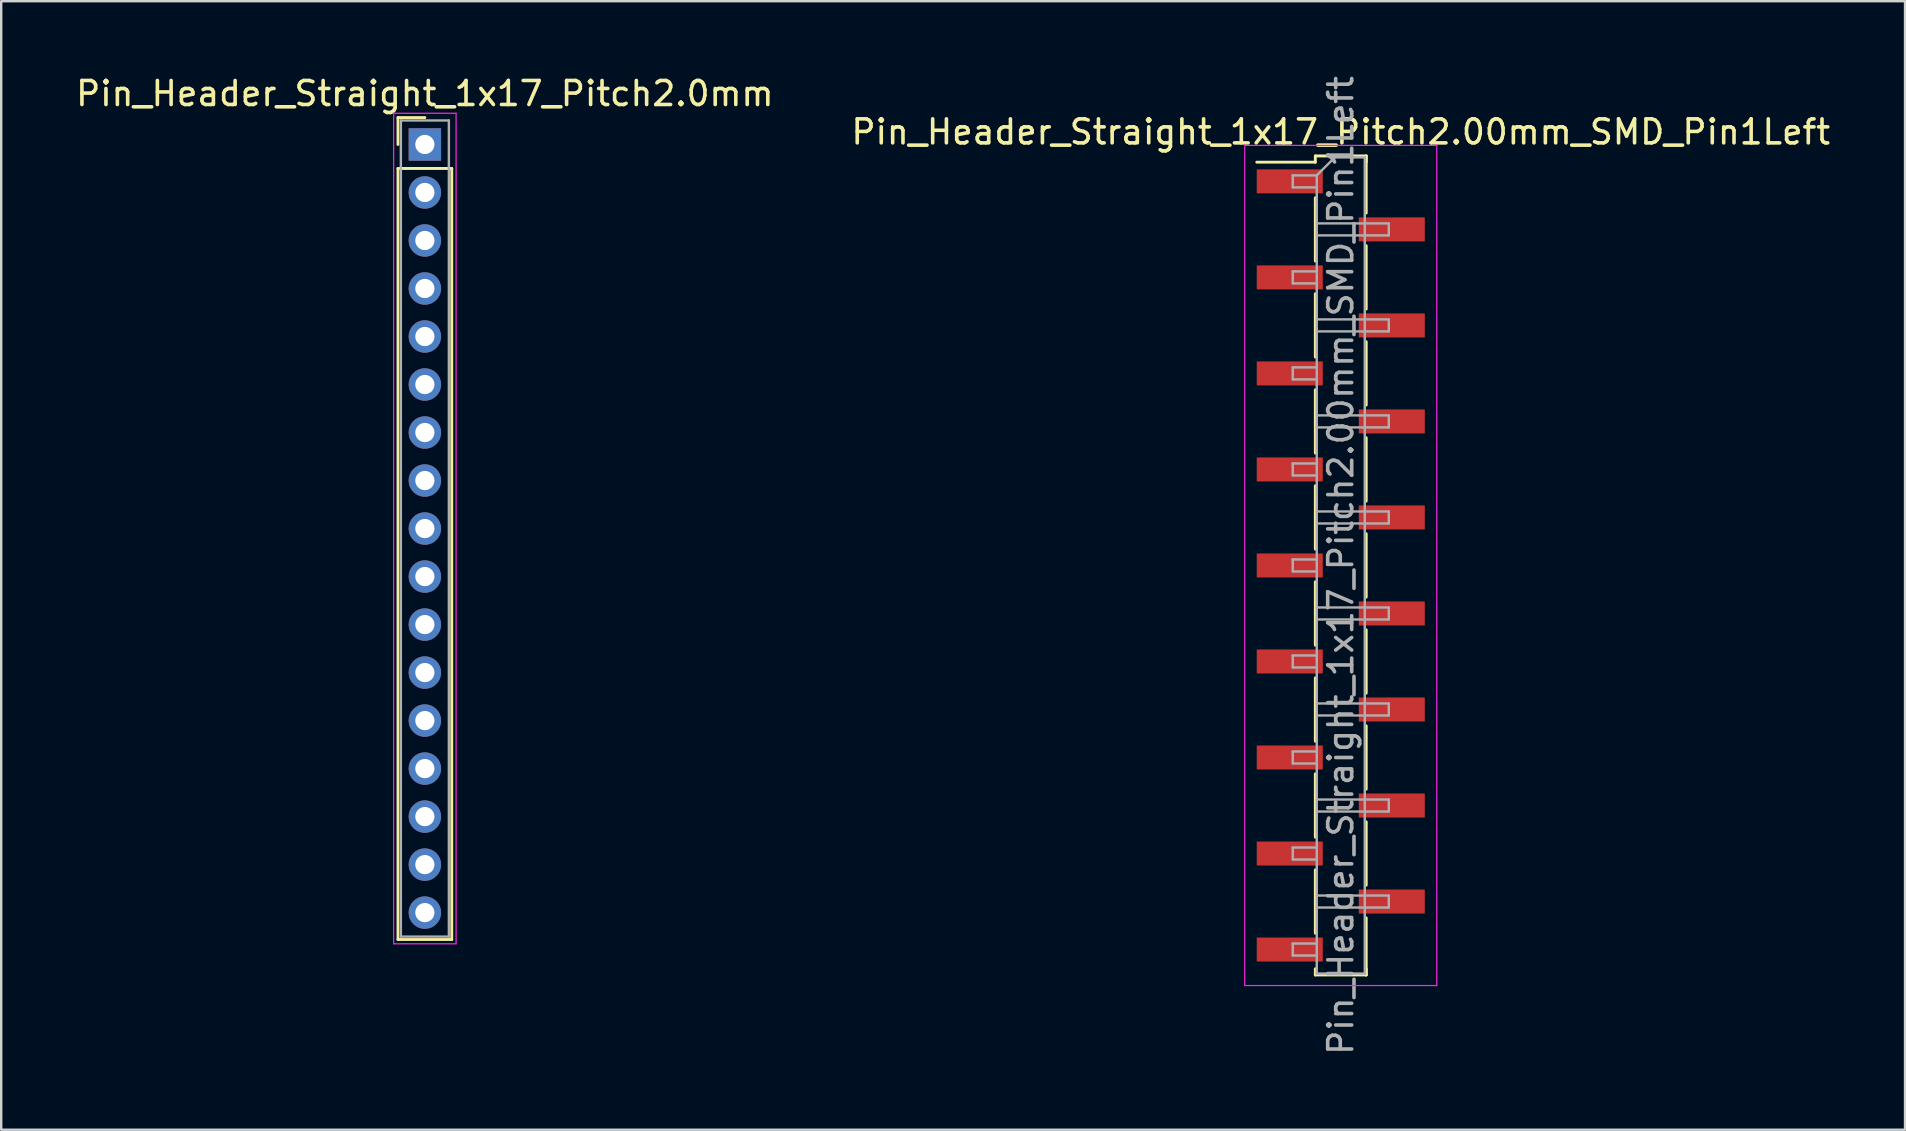
<source format=kicad_pcb>
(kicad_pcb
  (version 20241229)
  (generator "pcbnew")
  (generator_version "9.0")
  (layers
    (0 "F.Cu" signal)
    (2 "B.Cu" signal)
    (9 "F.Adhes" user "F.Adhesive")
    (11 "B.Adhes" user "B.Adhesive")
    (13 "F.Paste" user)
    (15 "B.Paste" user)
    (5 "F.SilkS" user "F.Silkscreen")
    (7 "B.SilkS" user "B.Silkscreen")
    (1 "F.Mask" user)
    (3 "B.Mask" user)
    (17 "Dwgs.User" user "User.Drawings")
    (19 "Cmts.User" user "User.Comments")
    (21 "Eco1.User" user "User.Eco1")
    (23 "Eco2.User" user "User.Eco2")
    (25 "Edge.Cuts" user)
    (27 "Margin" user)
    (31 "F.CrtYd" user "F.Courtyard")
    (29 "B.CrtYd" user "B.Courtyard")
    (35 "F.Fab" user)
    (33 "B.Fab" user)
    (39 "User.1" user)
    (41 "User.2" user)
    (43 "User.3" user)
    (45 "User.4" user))
  (footprint "Pin_Header_Straight_1x17_Pitch2.00mm_SMD_Pin1Left"
    (layer "F.Cu")
    (at 52.804 20.506)
    (property "Reference" "Pin_Header_Straight_1x17_Pitch2.00mm_SMD_Pin1Left" (at 0 -18.06 0) (layer "F.SilkS") (effects (font (size 1 1) (thickness 0.15))))
    (attr smd)
    (fp_line (start -1.06 -17.06) (end 1.06 -17.06) (stroke (width 0.12) (type solid)) (layer "F.SilkS"))
    (fp_line (start -1.06 -16.8) (end -3.5 -16.8) (stroke (width 0.12) (type solid)) (layer "F.SilkS"))
    (fp_line (start -1.06 -16.8) (end -1.06 -17.06) (stroke (width 0.12) (type solid)) (layer "F.SilkS"))
    (fp_line (start -1.06 -15.32) (end -1.06 -12.68) (stroke (width 0.12) (type solid)) (layer "F.SilkS"))
    (fp_line (start -1.06 -11.32) (end -1.06 -8.68) (stroke (width 0.12) (type solid)) (layer "F.SilkS"))
    (fp_line (start -1.06 -7.32) (end -1.06 -4.68) (stroke (width 0.12) (type solid)) (layer "F.SilkS"))
    (fp_line (start -1.06 -3.32) (end -1.06 -0.68) (stroke (width 0.12) (type solid)) (layer "F.SilkS"))
    (fp_line (start -1.06 0.68) (end -1.06 3.32) (stroke (width 0.12) (type solid)) (layer "F.SilkS"))
    (fp_line (start -1.06 4.68) (end -1.06 7.32) (stroke (width 0.12) (type solid)) (layer "F.SilkS"))
    (fp_line (start -1.06 8.68) (end -1.06 11.32) (stroke (width 0.12) (type solid)) (layer "F.SilkS"))
    (fp_line (start -1.06 12.68) (end -1.06 15.32) (stroke (width 0.12) (type solid)) (layer "F.SilkS"))
    (fp_line (start -1.06 16.8) (end -1.06 17.06) (stroke (width 0.12) (type solid)) (layer "F.SilkS"))
    (fp_line (start -1.06 17.06) (end 1.06 17.06) (stroke (width 0.12) (type solid)) (layer "F.SilkS"))
    (fp_line (start 1.06 -17.06) (end 1.06 -16.8) (stroke (width 0.12) (type solid)) (layer "F.SilkS"))
    (fp_line (start 1.06 -17.06) (end 1.06 -14.68) (stroke (width 0.12) (type solid)) (layer "F.SilkS"))
    (fp_line (start 1.06 -13.32) (end 1.06 -10.68) (stroke (width 0.12) (type solid)) (layer "F.SilkS"))
    (fp_line (start 1.06 -9.32) (end 1.06 -6.68) (stroke (width 0.12) (type solid)) (layer "F.SilkS"))
    (fp_line (start 1.06 -5.32) (end 1.06 -2.68) (stroke (width 0.12) (type solid)) (layer "F.SilkS"))
    (fp_line (start 1.06 -1.32) (end 1.06 1.32) (stroke (width 0.12) (type solid)) (layer "F.SilkS"))
    (fp_line (start 1.06 2.68) (end 1.06 5.32) (stroke (width 0.12) (type solid)) (layer "F.SilkS"))
    (fp_line (start 1.06 6.68) (end 1.06 9.32) (stroke (width 0.12) (type solid)) (layer "F.SilkS"))
    (fp_line (start 1.06 10.68) (end 1.06 13.32) (stroke (width 0.12) (type solid)) (layer "F.SilkS"))
    (fp_line (start 1.06 14.68) (end 1.06 17.06) (stroke (width 0.12) (type solid)) (layer "F.SilkS"))
    (fp_line (start 1.06 17.06) (end 1.06 16.8) (stroke (width 0.12) (type solid)) (layer "F.SilkS"))
    (fp_line (start -4 -17.5) (end -4 17.5) (stroke (width 0.05) (type solid)) (layer "F.CrtYd"))
    (fp_line (start -4 17.5) (end 4 17.5) (stroke (width 0.05) (type solid)) (layer "F.CrtYd"))
    (fp_line (start 4 -17.5) (end -4 -17.5) (stroke (width 0.05) (type solid)) (layer "F.CrtYd"))
    (fp_line (start 4 17.5) (end 4 -17.5) (stroke (width 0.05) (type solid)) (layer "F.CrtYd"))
    (fp_line (start -2 -16.25) (end -2 -15.75) (stroke (width 0.1) (type solid)) (layer "F.Fab"))
    (fp_line (start -2 -15.75) (end -1 -15.75) (stroke (width 0.1) (type solid)) (layer "F.Fab"))
    (fp_line (start -2 -12.25) (end -2 -11.75) (stroke (width 0.1) (type solid)) (layer "F.Fab"))
    (fp_line (start -2 -11.75) (end -1 -11.75) (stroke (width 0.1) (type solid)) (layer "F.Fab"))
    (fp_line (start -2 -8.25) (end -2 -7.75) (stroke (width 0.1) (type solid)) (layer "F.Fab"))
    (fp_line (start -2 -7.75) (end -1 -7.75) (stroke (width 0.1) (type solid)) (layer "F.Fab"))
    (fp_line (start -2 -4.25) (end -2 -3.75) (stroke (width 0.1) (type solid)) (layer "F.Fab"))
    (fp_line (start -2 -3.75) (end -1 -3.75) (stroke (width 0.1) (type solid)) (layer "F.Fab"))
    (fp_line (start -2 -0.25) (end -2 0.25) (stroke (width 0.1) (type solid)) (layer "F.Fab"))
    (fp_line (start -2 0.25) (end -1 0.25) (stroke (width 0.1) (type solid)) (layer "F.Fab"))
    (fp_line (start -2 3.75) (end -2 4.25) (stroke (width 0.1) (type solid)) (layer "F.Fab"))
    (fp_line (start -2 4.25) (end -1 4.25) (stroke (width 0.1) (type solid)) (layer "F.Fab"))
    (fp_line (start -2 7.75) (end -2 8.25) (stroke (width 0.1) (type solid)) (layer "F.Fab"))
    (fp_line (start -2 8.25) (end -1 8.25) (stroke (width 0.1) (type solid)) (layer "F.Fab"))
    (fp_line (start -2 11.75) (end -2 12.25) (stroke (width 0.1) (type solid)) (layer "F.Fab"))
    (fp_line (start -2 12.25) (end -1 12.25) (stroke (width 0.1) (type solid)) (layer "F.Fab"))
    (fp_line (start -2 15.75) (end -2 16.25) (stroke (width 0.1) (type solid)) (layer "F.Fab"))
    (fp_line (start -2 16.25) (end -1 16.25) (stroke (width 0.1) (type solid)) (layer "F.Fab"))
    (fp_line (start -1 -16.25) (end -2 -16.25) (stroke (width 0.1) (type solid)) (layer "F.Fab"))
    (fp_line (start -1 -16.25) (end -0.25 -17) (stroke (width 0.1) (type solid)) (layer "F.Fab"))
    (fp_line (start -1 -14.25) (end 2 -14.25) (stroke (width 0.1) (type solid)) (layer "F.Fab"))
    (fp_line (start -1 -12.25) (end -2 -12.25) (stroke (width 0.1) (type solid)) (layer "F.Fab"))
    (fp_line (start -1 -10.25) (end 2 -10.25) (stroke (width 0.1) (type solid)) (layer "F.Fab"))
    (fp_line (start -1 -8.25) (end -2 -8.25) (stroke (width 0.1) (type solid)) (layer "F.Fab"))
    (fp_line (start -1 -6.25) (end 2 -6.25) (stroke (width 0.1) (type solid)) (layer "F.Fab"))
    (fp_line (start -1 -4.25) (end -2 -4.25) (stroke (width 0.1) (type solid)) (layer "F.Fab"))
    (fp_line (start -1 -2.25) (end 2 -2.25) (stroke (width 0.1) (type solid)) (layer "F.Fab"))
    (fp_line (start -1 -0.25) (end -2 -0.25) (stroke (width 0.1) (type solid)) (layer "F.Fab"))
    (fp_line (start -1 1.75) (end 2 1.75) (stroke (width 0.1) (type solid)) (layer "F.Fab"))
    (fp_line (start -1 3.75) (end -2 3.75) (stroke (width 0.1) (type solid)) (layer "F.Fab"))
    (fp_line (start -1 5.75) (end 2 5.75) (stroke (width 0.1) (type solid)) (layer "F.Fab"))
    (fp_line (start -1 7.75) (end -2 7.75) (stroke (width 0.1) (type solid)) (layer "F.Fab"))
    (fp_line (start -1 9.75) (end 2 9.75) (stroke (width 0.1) (type solid)) (layer "F.Fab"))
    (fp_line (start -1 11.75) (end -2 11.75) (stroke (width 0.1) (type solid)) (layer "F.Fab"))
    (fp_line (start -1 13.75) (end 2 13.75) (stroke (width 0.1) (type solid)) (layer "F.Fab"))
    (fp_line (start -1 15.75) (end -2 15.75) (stroke (width 0.1) (type solid)) (layer "F.Fab"))
    (fp_line (start -1 17) (end -1 -16.25) (stroke (width 0.1) (type solid)) (layer "F.Fab"))
    (fp_line (start -0.25 -17) (end 1 -17) (stroke (width 0.1) (type solid)) (layer "F.Fab"))
    (fp_line (start 1 -17) (end 1 17) (stroke (width 0.1) (type solid)) (layer "F.Fab"))
    (fp_line (start 1 17) (end -1 17) (stroke (width 0.1) (type solid)) (layer "F.Fab"))
    (fp_line (start 2 -14.25) (end 2 -13.75) (stroke (width 0.1) (type solid)) (layer "F.Fab"))
    (fp_line (start 2 -13.75) (end -1 -13.75) (stroke (width 0.1) (type solid)) (layer "F.Fab"))
    (fp_line (start 2 -10.25) (end 2 -9.75) (stroke (width 0.1) (type solid)) (layer "F.Fab"))
    (fp_line (start 2 -9.75) (end -1 -9.75) (stroke (width 0.1) (type solid)) (layer "F.Fab"))
    (fp_line (start 2 -6.25) (end 2 -5.75) (stroke (width 0.1) (type solid)) (layer "F.Fab"))
    (fp_line (start 2 -5.75) (end -1 -5.75) (stroke (width 0.1) (type solid)) (layer "F.Fab"))
    (fp_line (start 2 -2.25) (end 2 -1.75) (stroke (width 0.1) (type solid)) (layer "F.Fab"))
    (fp_line (start 2 -1.75) (end -1 -1.75) (stroke (width 0.1) (type solid)) (layer "F.Fab"))
    (fp_line (start 2 1.75) (end 2 2.25) (stroke (width 0.1) (type solid)) (layer "F.Fab"))
    (fp_line (start 2 2.25) (end -1 2.25) (stroke (width 0.1) (type solid)) (layer "F.Fab"))
    (fp_line (start 2 5.75) (end 2 6.25) (stroke (width 0.1) (type solid)) (layer "F.Fab"))
    (fp_line (start 2 6.25) (end -1 6.25) (stroke (width 0.1) (type solid)) (layer "F.Fab"))
    (fp_line (start 2 9.75) (end 2 10.25) (stroke (width 0.1) (type solid)) (layer "F.Fab"))
    (fp_line (start 2 10.25) (end -1 10.25) (stroke (width 0.1) (type solid)) (layer "F.Fab"))
    (fp_line (start 2 13.75) (end 2 14.25) (stroke (width 0.1) (type solid)) (layer "F.Fab"))
    (fp_line (start 2 14.25) (end -1 14.25) (stroke (width 0.1) (type solid)) (layer "F.Fab"))
    (fp_text user "${REFERENCE}" (at 0 0 90) (layer "F.Fab") (effects (font (size 1 1) (thickness 0.15))))
    (pad "1" smd rect (at -2.125 -16) (size 2.75 1) (layers "F.Cu" "F.Mask" "F.Paste"))
    (pad "2" smd rect (at 2.125 -14) (size 2.75 1) (layers "F.Cu" "F.Mask" "F.Paste"))
    (pad "3" smd rect (at -2.125 -12) (size 2.75 1) (layers "F.Cu" "F.Mask" "F.Paste"))
    (pad "4" smd rect (at 2.125 -10) (size 2.75 1) (layers "F.Cu" "F.Mask" "F.Paste"))
    (pad "5" smd rect (at -2.125 -8) (size 2.75 1) (layers "F.Cu" "F.Mask" "F.Paste"))
    (pad "6" smd rect (at 2.125 -6) (size 2.75 1) (layers "F.Cu" "F.Mask" "F.Paste"))
    (pad "7" smd rect (at -2.125 -4) (size 2.75 1) (layers "F.Cu" "F.Mask" "F.Paste"))
    (pad "8" smd rect (at 2.125 -2) (size 2.75 1) (layers "F.Cu" "F.Mask" "F.Paste"))
    (pad "9" smd rect (at -2.125 0) (size 2.75 1) (layers "F.Cu" "F.Mask" "F.Paste"))
    (pad "10" smd rect (at 2.125 2) (size 2.75 1) (layers "F.Cu" "F.Mask" "F.Paste"))
    (pad "11" smd rect (at -2.125 4) (size 2.75 1) (layers "F.Cu" "F.Mask" "F.Paste"))
    (pad "12" smd rect (at 2.125 6) (size 2.75 1) (layers "F.Cu" "F.Mask" "F.Paste"))
    (pad "13" smd rect (at -2.125 8) (size 2.75 1) (layers "F.Cu" "F.Mask" "F.Paste"))
    (pad "14" smd rect (at 2.125 10) (size 2.75 1) (layers "F.Cu" "F.Mask" "F.Paste"))
    (pad "15" smd rect (at -2.125 12) (size 2.75 1) (layers "F.Cu" "F.Mask" "F.Paste"))
    (pad "16" smd rect (at 2.125 14) (size 2.75 1) (layers "F.Cu" "F.Mask" "F.Paste"))
    (pad "17" smd rect (at -2.125 16) (size 2.75 1) (layers "F.Cu" "F.Mask" "F.Paste")))
  (footprint "Pin_Header_Straight_1x17_Pitch2.0mm"
    (layer "F.Cu")
    (at 14.649 2.968)
    (property "Reference" "Pin_Header_Straight_1x17_Pitch2.0mm" (at 0 -2.12 0) (layer "F.SilkS") (effects (font (size 1 1) (thickness 0.15))))
    (attr through_hole)
    (fp_line (start -1.12 -1.12) (end 0 -1.12) (stroke (width 0.12) (type solid)) (layer "F.SilkS"))
    (fp_line (start -1.12 0) (end -1.12 -1.12) (stroke (width 0.12) (type solid)) (layer "F.SilkS"))
    (fp_line (start -1.12 1) (end -1.12 33.12) (stroke (width 0.12) (type solid)) (layer "F.SilkS"))
    (fp_line (start -1.12 33.12) (end 1.12 33.12) (stroke (width 0.12) (type solid)) (layer "F.SilkS"))
    (fp_line (start 1.12 1) (end -1.12 1) (stroke (width 0.12) (type solid)) (layer "F.SilkS"))
    (fp_line (start 1.12 33.12) (end 1.12 1) (stroke (width 0.12) (type solid)) (layer "F.SilkS"))
    (fp_line (start -1.3 -1.3) (end -1.3 33.3) (stroke (width 0.05) (type solid)) (layer "F.CrtYd"))
    (fp_line (start -1.3 33.3) (end 1.3 33.3) (stroke (width 0.05) (type solid)) (layer "F.CrtYd"))
    (fp_line (start 1.3 -1.3) (end -1.3 -1.3) (stroke (width 0.05) (type solid)) (layer "F.CrtYd"))
    (fp_line (start 1.3 33.3) (end 1.3 -1.3) (stroke (width 0.05) (type solid)) (layer "F.CrtYd"))
    (fp_line (start -1 -1) (end -1 33) (stroke (width 0.1) (type solid)) (layer "F.Fab"))
    (fp_line (start -1 33) (end 1 33) (stroke (width 0.1) (type solid)) (layer "F.Fab"))
    (fp_line (start 1 -1) (end -1 -1) (stroke (width 0.1) (type solid)) (layer "F.Fab"))
    (fp_line (start 1 33) (end 1 -1) (stroke (width 0.1) (type solid)) (layer "F.Fab"))
    (pad "1" thru_hole rect (at 0 0) (size 1.35 1.35) (drill 0.8) (layers "*.Cu" "*.Mask"))
    (pad "2" thru_hole oval (at 0 2) (size 1.35 1.35) (drill 0.8) (layers "*.Cu" "*.Mask"))
    (pad "3" thru_hole oval (at 0 4) (size 1.35 1.35) (drill 0.8) (layers "*.Cu" "*.Mask"))
    (pad "4" thru_hole oval (at 0 6) (size 1.35 1.35) (drill 0.8) (layers "*.Cu" "*.Mask"))
    (pad "5" thru_hole oval (at 0 8) (size 1.35 1.35) (drill 0.8) (layers "*.Cu" "*.Mask"))
    (pad "6" thru_hole oval (at 0 10) (size 1.35 1.35) (drill 0.8) (layers "*.Cu" "*.Mask"))
    (pad "7" thru_hole oval (at 0 12) (size 1.35 1.35) (drill 0.8) (layers "*.Cu" "*.Mask"))
    (pad "8" thru_hole oval (at 0 14) (size 1.35 1.35) (drill 0.8) (layers "*.Cu" "*.Mask"))
    (pad "9" thru_hole oval (at 0 16) (size 1.35 1.35) (drill 0.8) (layers "*.Cu" "*.Mask"))
    (pad "10" thru_hole oval (at 0 18) (size 1.35 1.35) (drill 0.8) (layers "*.Cu" "*.Mask"))
    (pad "11" thru_hole oval (at 0 20) (size 1.35 1.35) (drill 0.8) (layers "*.Cu" "*.Mask"))
    (pad "12" thru_hole oval (at 0 22) (size 1.35 1.35) (drill 0.8) (layers "*.Cu" "*.Mask"))
    (pad "13" thru_hole oval (at 0 24) (size 1.35 1.35) (drill 0.8) (layers "*.Cu" "*.Mask"))
    (pad "14" thru_hole oval (at 0 26) (size 1.35 1.35) (drill 0.8) (layers "*.Cu" "*.Mask"))
    (pad "15" thru_hole oval (at 0 28) (size 1.35 1.35) (drill 0.8) (layers "*.Cu" "*.Mask"))
    (pad "16" thru_hole oval (at 0 30) (size 1.35 1.35) (drill 0.8) (layers "*.Cu" "*.Mask"))
    (pad "17" thru_hole oval (at 0 32) (size 1.35 1.35) (drill 0.8) (layers "*.Cu" "*.Mask")))
  (gr_rect
    (start -3 -3)
    (end 76.31 44.012)
    (stroke (width 0.1) (type default))
    (fill no)
    (layer "Edge.Cuts")))
</source>
